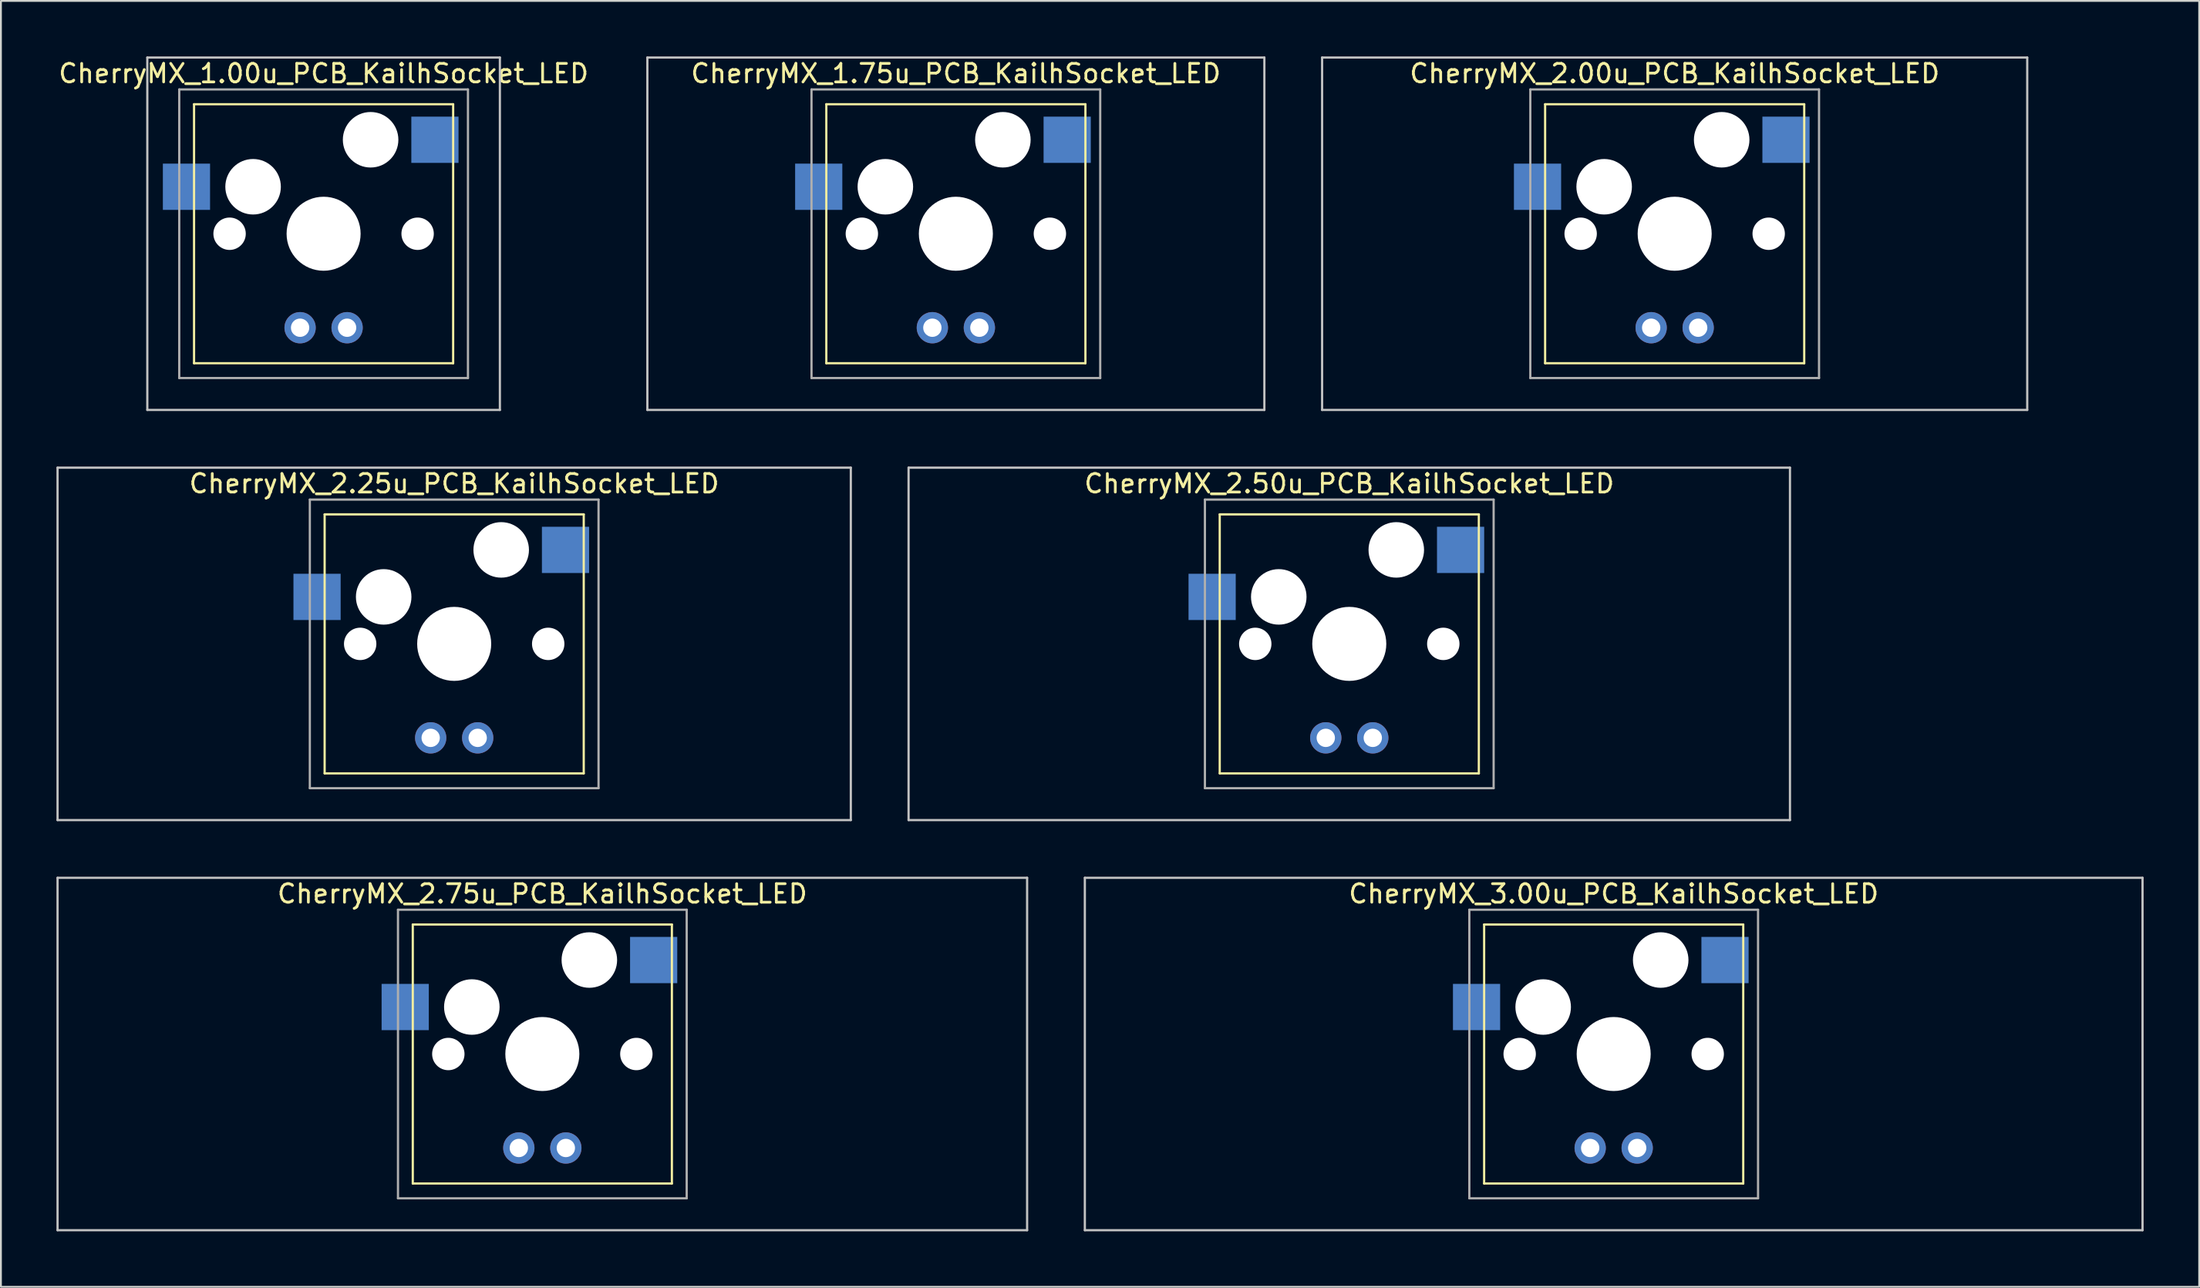
<source format=kicad_pcb>
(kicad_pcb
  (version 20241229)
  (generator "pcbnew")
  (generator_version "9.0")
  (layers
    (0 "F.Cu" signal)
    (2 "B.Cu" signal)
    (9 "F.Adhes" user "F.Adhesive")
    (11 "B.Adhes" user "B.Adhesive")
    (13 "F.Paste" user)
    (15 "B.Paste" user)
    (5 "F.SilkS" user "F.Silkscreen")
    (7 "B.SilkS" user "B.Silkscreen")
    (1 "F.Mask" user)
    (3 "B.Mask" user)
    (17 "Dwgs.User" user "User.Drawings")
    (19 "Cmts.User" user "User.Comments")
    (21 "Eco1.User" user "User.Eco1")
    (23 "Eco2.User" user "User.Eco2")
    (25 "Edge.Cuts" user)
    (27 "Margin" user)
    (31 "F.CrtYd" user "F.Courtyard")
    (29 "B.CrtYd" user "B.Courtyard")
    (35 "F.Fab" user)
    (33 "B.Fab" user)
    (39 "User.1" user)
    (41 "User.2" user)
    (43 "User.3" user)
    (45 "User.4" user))
  (footprint "CherryMX_2.75u_PCB_KailhSocket_LED"
    (layer "F.Cu")
    (at 26.254 53.925)
    (property "Reference" "CherryMX_2.75u_PCB_KailhSocket_LED" (at 0 -8.662 0) (layer "F.SilkS") (effects (font (size 1 1) (thickness 0.15))))
    (attr through_hole)
    (fp_line (start -7 -7) (end -7 7) (stroke (width 0.12) (type solid)) (layer "F.SilkS"))
    (fp_line (start -7 -7) (end 7 -7) (stroke (width 0.12) (type solid)) (layer "F.SilkS"))
    (fp_line (start 7 -7) (end 7 7) (stroke (width 0.12) (type solid)) (layer "F.SilkS"))
    (fp_line (start 7 7) (end -7 7) (stroke (width 0.12) (type solid)) (layer "F.SilkS"))
    (fp_line (start -26.194 -9.525) (end 26.194 -9.525) (stroke (width 0.12) (type solid)) (layer "Dwgs.User"))
    (fp_line (start -26.194 9.525) (end -26.194 -9.525) (stroke (width 0.12) (type solid)) (layer "Dwgs.User"))
    (fp_line (start 26.194 -9.525) (end 26.194 9.525) (stroke (width 0.12) (type solid)) (layer "Dwgs.User"))
    (fp_line (start 26.194 9.525) (end -26.194 9.525) (stroke (width 0.12) (type solid)) (layer "Dwgs.User"))
    (fp_line (start -7.8 -7.8) (end -7.8 7.8) (stroke (width 0.12) (type solid)) (layer "F.Fab"))
    (fp_line (start -7.8 -7.8) (end 7.8 -7.8) (stroke (width 0.12) (type solid)) (layer "F.Fab"))
    (fp_line (start -7.8 7.8) (end 7.8 7.8) (stroke (width 0.12) (type solid)) (layer "F.Fab"))
    (fp_line (start 7.8 -7.8) (end 7.8 7.8) (stroke (width 0.12) (type solid)) (layer "F.Fab"))
    (pad "" np_thru_hole circle (at -5.08 0) (size 1.75 1.75) (drill 1.75) (layers "*.Cu" "*.Mask"))
    (pad "" np_thru_hole circle (at -3.81 -2.54) (size 3 3) (drill 3) (layers "*.Cu" "*.Mask"))
    (pad "" np_thru_hole circle (at 0 0) (size 4 4) (drill 4) (layers "*.Cu" "*.Mask"))
    (pad "" np_thru_hole circle (at 2.54 -5.08) (size 3 3) (drill 3) (layers "*.Cu" "*.Mask"))
    (pad "" np_thru_hole circle (at 5.08 0) (size 1.75 1.75) (drill 1.75) (layers "*.Cu" "*.Mask"))
    (pad "1" smd rect (at -7.41 -2.54) (size 2.55 2.5) (layers "B.Cu" "B.Mask" "B.Paste"))
    (pad "2" smd rect (at 6.015 -5.08) (size 2.55 2.5) (layers "B.Cu" "B.Mask" "B.Paste"))
    (pad "3" thru_hole circle (at -1.27 5.08) (size 1.691 1.691) (drill 0.991) (layers "*.Cu" "*.Mask"))
    (pad "4" thru_hole circle (at 1.27 5.08) (size 1.691 1.691) (drill 0.991) (layers "*.Cu" "*.Mask")))
  (footprint "CherryMX_1.00u_PCB_KailhSocket_LED"
    (layer "F.Cu")
    (at 14.435 9.585)
    (property "Reference" "CherryMX_1.00u_PCB_KailhSocket_LED" (at 0 -8.662 0) (layer "F.SilkS") (effects (font (size 1 1) (thickness 0.15))))
    (attr through_hole)
    (fp_line (start -7 -7) (end -7 7) (stroke (width 0.12) (type solid)) (layer "F.SilkS"))
    (fp_line (start -7 -7) (end 7 -7) (stroke (width 0.12) (type solid)) (layer "F.SilkS"))
    (fp_line (start 7 -7) (end 7 7) (stroke (width 0.12) (type solid)) (layer "F.SilkS"))
    (fp_line (start 7 7) (end -7 7) (stroke (width 0.12) (type solid)) (layer "F.SilkS"))
    (fp_line (start -9.525 -9.525) (end 9.525 -9.525) (stroke (width 0.12) (type solid)) (layer "Dwgs.User"))
    (fp_line (start -9.525 9.525) (end -9.525 -9.525) (stroke (width 0.12) (type solid)) (layer "Dwgs.User"))
    (fp_line (start 9.525 -9.525) (end 9.525 9.525) (stroke (width 0.12) (type solid)) (layer "Dwgs.User"))
    (fp_line (start 9.525 9.525) (end -9.525 9.525) (stroke (width 0.12) (type solid)) (layer "Dwgs.User"))
    (fp_line (start -7.8 -7.8) (end -7.8 7.8) (stroke (width 0.12) (type solid)) (layer "F.Fab"))
    (fp_line (start -7.8 -7.8) (end 7.8 -7.8) (stroke (width 0.12) (type solid)) (layer "F.Fab"))
    (fp_line (start -7.8 7.8) (end 7.8 7.8) (stroke (width 0.12) (type solid)) (layer "F.Fab"))
    (fp_line (start 7.8 -7.8) (end 7.8 7.8) (stroke (width 0.12) (type solid)) (layer "F.Fab"))
    (pad "" np_thru_hole circle (at -5.08 0) (size 1.75 1.75) (drill 1.75) (layers "*.Cu" "*.Mask"))
    (pad "" np_thru_hole circle (at -3.81 -2.54) (size 3 3) (drill 3) (layers "*.Cu" "*.Mask"))
    (pad "" np_thru_hole circle (at 0 0) (size 4 4) (drill 4) (layers "*.Cu" "*.Mask"))
    (pad "" np_thru_hole circle (at 2.54 -5.08) (size 3 3) (drill 3) (layers "*.Cu" "*.Mask"))
    (pad "" np_thru_hole circle (at 5.08 0) (size 1.75 1.75) (drill 1.75) (layers "*.Cu" "*.Mask"))
    (pad "1" smd rect (at -7.41 -2.54) (size 2.55 2.5) (layers "B.Cu" "B.Mask" "B.Paste"))
    (pad "2" smd rect (at 6.015 -5.08) (size 2.55 2.5) (layers "B.Cu" "B.Mask" "B.Paste"))
    (pad "3" thru_hole circle (at -1.27 5.08) (size 1.691 1.691) (drill 0.991) (layers "*.Cu" "*.Mask"))
    (pad "4" thru_hole circle (at 1.27 5.08) (size 1.691 1.691) (drill 0.991) (layers "*.Cu" "*.Mask")))
  (footprint "CherryMX_3.00u_PCB_KailhSocket_LED"
    (layer "F.Cu")
    (at 84.142 53.925)
    (property "Reference" "CherryMX_3.00u_PCB_KailhSocket_LED" (at 0 -8.662 0) (layer "F.SilkS") (effects (font (size 1 1) (thickness 0.15))))
    (attr through_hole)
    (fp_line (start -7 -7) (end -7 7) (stroke (width 0.12) (type solid)) (layer "F.SilkS"))
    (fp_line (start -7 -7) (end 7 -7) (stroke (width 0.12) (type solid)) (layer "F.SilkS"))
    (fp_line (start 7 -7) (end 7 7) (stroke (width 0.12) (type solid)) (layer "F.SilkS"))
    (fp_line (start 7 7) (end -7 7) (stroke (width 0.12) (type solid)) (layer "F.SilkS"))
    (fp_line (start -28.575 -9.525) (end 28.575 -9.525) (stroke (width 0.12) (type solid)) (layer "Dwgs.User"))
    (fp_line (start -28.575 9.525) (end -28.575 -9.525) (stroke (width 0.12) (type solid)) (layer "Dwgs.User"))
    (fp_line (start 28.575 -9.525) (end 28.575 9.525) (stroke (width 0.12) (type solid)) (layer "Dwgs.User"))
    (fp_line (start 28.575 9.525) (end -28.575 9.525) (stroke (width 0.12) (type solid)) (layer "Dwgs.User"))
    (fp_line (start -7.8 -7.8) (end -7.8 7.8) (stroke (width 0.12) (type solid)) (layer "F.Fab"))
    (fp_line (start -7.8 -7.8) (end 7.8 -7.8) (stroke (width 0.12) (type solid)) (layer "F.Fab"))
    (fp_line (start -7.8 7.8) (end 7.8 7.8) (stroke (width 0.12) (type solid)) (layer "F.Fab"))
    (fp_line (start 7.8 -7.8) (end 7.8 7.8) (stroke (width 0.12) (type solid)) (layer "F.Fab"))
    (pad "" np_thru_hole circle (at -5.08 0) (size 1.75 1.75) (drill 1.75) (layers "*.Cu" "*.Mask"))
    (pad "" np_thru_hole circle (at -3.81 -2.54) (size 3 3) (drill 3) (layers "*.Cu" "*.Mask"))
    (pad "" np_thru_hole circle (at 0 0) (size 4 4) (drill 4) (layers "*.Cu" "*.Mask"))
    (pad "" np_thru_hole circle (at 2.54 -5.08) (size 3 3) (drill 3) (layers "*.Cu" "*.Mask"))
    (pad "" np_thru_hole circle (at 5.08 0) (size 1.75 1.75) (drill 1.75) (layers "*.Cu" "*.Mask"))
    (pad "1" smd rect (at -7.41 -2.54) (size 2.55 2.5) (layers "B.Cu" "B.Mask" "B.Paste"))
    (pad "2" smd rect (at 6.015 -5.08) (size 2.55 2.5) (layers "B.Cu" "B.Mask" "B.Paste"))
    (pad "3" thru_hole circle (at -1.27 5.08) (size 1.691 1.691) (drill 0.991) (layers "*.Cu" "*.Mask"))
    (pad "4" thru_hole circle (at 1.27 5.08) (size 1.691 1.691) (drill 0.991) (layers "*.Cu" "*.Mask")))
  (footprint "CherryMX_2.00u_PCB_KailhSocket_LED"
    (layer "F.Cu")
    (at 87.437 9.585)
    (property "Reference" "CherryMX_2.00u_PCB_KailhSocket_LED" (at 0 -8.662 0) (layer "F.SilkS") (effects (font (size 1 1) (thickness 0.15))))
    (attr through_hole)
    (fp_line (start -7 -7) (end -7 7) (stroke (width 0.12) (type solid)) (layer "F.SilkS"))
    (fp_line (start -7 -7) (end 7 -7) (stroke (width 0.12) (type solid)) (layer "F.SilkS"))
    (fp_line (start 7 -7) (end 7 7) (stroke (width 0.12) (type solid)) (layer "F.SilkS"))
    (fp_line (start 7 7) (end -7 7) (stroke (width 0.12) (type solid)) (layer "F.SilkS"))
    (fp_line (start -19.05 -9.525) (end 19.05 -9.525) (stroke (width 0.12) (type solid)) (layer "Dwgs.User"))
    (fp_line (start -19.05 9.525) (end -19.05 -9.525) (stroke (width 0.12) (type solid)) (layer "Dwgs.User"))
    (fp_line (start 19.05 -9.525) (end 19.05 9.525) (stroke (width 0.12) (type solid)) (layer "Dwgs.User"))
    (fp_line (start 19.05 9.525) (end -19.05 9.525) (stroke (width 0.12) (type solid)) (layer "Dwgs.User"))
    (fp_line (start -7.8 -7.8) (end -7.8 7.8) (stroke (width 0.12) (type solid)) (layer "F.Fab"))
    (fp_line (start -7.8 -7.8) (end 7.8 -7.8) (stroke (width 0.12) (type solid)) (layer "F.Fab"))
    (fp_line (start -7.8 7.8) (end 7.8 7.8) (stroke (width 0.12) (type solid)) (layer "F.Fab"))
    (fp_line (start 7.8 -7.8) (end 7.8 7.8) (stroke (width 0.12) (type solid)) (layer "F.Fab"))
    (pad "" np_thru_hole circle (at -5.08 0) (size 1.75 1.75) (drill 1.75) (layers "*.Cu" "*.Mask"))
    (pad "" np_thru_hole circle (at -3.81 -2.54) (size 3 3) (drill 3) (layers "*.Cu" "*.Mask"))
    (pad "" np_thru_hole circle (at 0 0) (size 4 4) (drill 4) (layers "*.Cu" "*.Mask"))
    (pad "" np_thru_hole circle (at 2.54 -5.08) (size 3 3) (drill 3) (layers "*.Cu" "*.Mask"))
    (pad "" np_thru_hole circle (at 5.08 0) (size 1.75 1.75) (drill 1.75) (layers "*.Cu" "*.Mask"))
    (pad "1" smd rect (at -7.41 -2.54) (size 2.55 2.5) (layers "B.Cu" "B.Mask" "B.Paste"))
    (pad "2" smd rect (at 6.015 -5.08) (size 2.55 2.5) (layers "B.Cu" "B.Mask" "B.Paste"))
    (pad "3" thru_hole circle (at -1.27 5.08) (size 1.691 1.691) (drill 0.991) (layers "*.Cu" "*.Mask"))
    (pad "4" thru_hole circle (at 1.27 5.08) (size 1.691 1.691) (drill 0.991) (layers "*.Cu" "*.Mask")))
  (footprint "CherryMX_1.75u_PCB_KailhSocket_LED"
    (layer "F.Cu")
    (at 48.598 9.585)
    (property "Reference" "CherryMX_1.75u_PCB_KailhSocket_LED" (at 0 -8.662 0) (layer "F.SilkS") (effects (font (size 1 1) (thickness 0.15))))
    (attr through_hole)
    (fp_line (start -7 -7) (end -7 7) (stroke (width 0.12) (type solid)) (layer "F.SilkS"))
    (fp_line (start -7 -7) (end 7 -7) (stroke (width 0.12) (type solid)) (layer "F.SilkS"))
    (fp_line (start 7 -7) (end 7 7) (stroke (width 0.12) (type solid)) (layer "F.SilkS"))
    (fp_line (start 7 7) (end -7 7) (stroke (width 0.12) (type solid)) (layer "F.SilkS"))
    (fp_line (start -16.669 -9.525) (end 16.669 -9.525) (stroke (width 0.12) (type solid)) (layer "Dwgs.User"))
    (fp_line (start -16.669 9.525) (end -16.669 -9.525) (stroke (width 0.12) (type solid)) (layer "Dwgs.User"))
    (fp_line (start 16.669 -9.525) (end 16.669 9.525) (stroke (width 0.12) (type solid)) (layer "Dwgs.User"))
    (fp_line (start 16.669 9.525) (end -16.669 9.525) (stroke (width 0.12) (type solid)) (layer "Dwgs.User"))
    (fp_line (start -7.8 -7.8) (end -7.8 7.8) (stroke (width 0.12) (type solid)) (layer "F.Fab"))
    (fp_line (start -7.8 -7.8) (end 7.8 -7.8) (stroke (width 0.12) (type solid)) (layer "F.Fab"))
    (fp_line (start -7.8 7.8) (end 7.8 7.8) (stroke (width 0.12) (type solid)) (layer "F.Fab"))
    (fp_line (start 7.8 -7.8) (end 7.8 7.8) (stroke (width 0.12) (type solid)) (layer "F.Fab"))
    (pad "" np_thru_hole circle (at -5.08 0) (size 1.75 1.75) (drill 1.75) (layers "*.Cu" "*.Mask"))
    (pad "" np_thru_hole circle (at -3.81 -2.54) (size 3 3) (drill 3) (layers "*.Cu" "*.Mask"))
    (pad "" np_thru_hole circle (at 0 0) (size 4 4) (drill 4) (layers "*.Cu" "*.Mask"))
    (pad "" np_thru_hole circle (at 2.54 -5.08) (size 3 3) (drill 3) (layers "*.Cu" "*.Mask"))
    (pad "" np_thru_hole circle (at 5.08 0) (size 1.75 1.75) (drill 1.75) (layers "*.Cu" "*.Mask"))
    (pad "1" smd rect (at -7.41 -2.54) (size 2.55 2.5) (layers "B.Cu" "B.Mask" "B.Paste"))
    (pad "2" smd rect (at 6.015 -5.08) (size 2.55 2.5) (layers "B.Cu" "B.Mask" "B.Paste"))
    (pad "3" thru_hole circle (at -1.27 5.08) (size 1.691 1.691) (drill 0.991) (layers "*.Cu" "*.Mask"))
    (pad "4" thru_hole circle (at 1.27 5.08) (size 1.691 1.691) (drill 0.991) (layers "*.Cu" "*.Mask")))
  (footprint "CherryMX_2.50u_PCB_KailhSocket_LED"
    (layer "F.Cu")
    (at 69.855 31.755)
    (property "Reference" "CherryMX_2.50u_PCB_KailhSocket_LED" (at 0 -8.662 0) (layer "F.SilkS") (effects (font (size 1 1) (thickness 0.15))))
    (attr through_hole)
    (fp_line (start -7 -7) (end -7 7) (stroke (width 0.12) (type solid)) (layer "F.SilkS"))
    (fp_line (start -7 -7) (end 7 -7) (stroke (width 0.12) (type solid)) (layer "F.SilkS"))
    (fp_line (start 7 -7) (end 7 7) (stroke (width 0.12) (type solid)) (layer "F.SilkS"))
    (fp_line (start 7 7) (end -7 7) (stroke (width 0.12) (type solid)) (layer "F.SilkS"))
    (fp_line (start -23.812 -9.525) (end 23.812 -9.525) (stroke (width 0.12) (type solid)) (layer "Dwgs.User"))
    (fp_line (start -23.812 9.525) (end -23.812 -9.525) (stroke (width 0.12) (type solid)) (layer "Dwgs.User"))
    (fp_line (start 23.812 -9.525) (end 23.812 9.525) (stroke (width 0.12) (type solid)) (layer "Dwgs.User"))
    (fp_line (start 23.812 9.525) (end -23.812 9.525) (stroke (width 0.12) (type solid)) (layer "Dwgs.User"))
    (fp_line (start -7.8 -7.8) (end -7.8 7.8) (stroke (width 0.12) (type solid)) (layer "F.Fab"))
    (fp_line (start -7.8 -7.8) (end 7.8 -7.8) (stroke (width 0.12) (type solid)) (layer "F.Fab"))
    (fp_line (start -7.8 7.8) (end 7.8 7.8) (stroke (width 0.12) (type solid)) (layer "F.Fab"))
    (fp_line (start 7.8 -7.8) (end 7.8 7.8) (stroke (width 0.12) (type solid)) (layer "F.Fab"))
    (pad "" np_thru_hole circle (at -5.08 0) (size 1.75 1.75) (drill 1.75) (layers "*.Cu" "*.Mask"))
    (pad "" np_thru_hole circle (at -3.81 -2.54) (size 3 3) (drill 3) (layers "*.Cu" "*.Mask"))
    (pad "" np_thru_hole circle (at 0 0) (size 4 4) (drill 4) (layers "*.Cu" "*.Mask"))
    (pad "" np_thru_hole circle (at 2.54 -5.08) (size 3 3) (drill 3) (layers "*.Cu" "*.Mask"))
    (pad "" np_thru_hole circle (at 5.08 0) (size 1.75 1.75) (drill 1.75) (layers "*.Cu" "*.Mask"))
    (pad "1" smd rect (at -7.41 -2.54) (size 2.55 2.5) (layers "B.Cu" "B.Mask" "B.Paste"))
    (pad "2" smd rect (at 6.015 -5.08) (size 2.55 2.5) (layers "B.Cu" "B.Mask" "B.Paste"))
    (pad "3" thru_hole circle (at -1.27 5.08) (size 1.691 1.691) (drill 0.991) (layers "*.Cu" "*.Mask"))
    (pad "4" thru_hole circle (at 1.27 5.08) (size 1.691 1.691) (drill 0.991) (layers "*.Cu" "*.Mask")))
  (footprint "CherryMX_2.25u_PCB_KailhSocket_LED"
    (layer "F.Cu")
    (at 21.491 31.755)
    (property "Reference" "CherryMX_2.25u_PCB_KailhSocket_LED" (at 0 -8.662 0) (layer "F.SilkS") (effects (font (size 1 1) (thickness 0.15))))
    (attr through_hole)
    (fp_line (start -7 -7) (end -7 7) (stroke (width 0.12) (type solid)) (layer "F.SilkS"))
    (fp_line (start -7 -7) (end 7 -7) (stroke (width 0.12) (type solid)) (layer "F.SilkS"))
    (fp_line (start 7 -7) (end 7 7) (stroke (width 0.12) (type solid)) (layer "F.SilkS"))
    (fp_line (start 7 7) (end -7 7) (stroke (width 0.12) (type solid)) (layer "F.SilkS"))
    (fp_line (start -21.431 -9.525) (end 21.431 -9.525) (stroke (width 0.12) (type solid)) (layer "Dwgs.User"))
    (fp_line (start -21.431 9.525) (end -21.431 -9.525) (stroke (width 0.12) (type solid)) (layer "Dwgs.User"))
    (fp_line (start 21.431 -9.525) (end 21.431 9.525) (stroke (width 0.12) (type solid)) (layer "Dwgs.User"))
    (fp_line (start 21.431 9.525) (end -21.431 9.525) (stroke (width 0.12) (type solid)) (layer "Dwgs.User"))
    (fp_line (start -7.8 -7.8) (end -7.8 7.8) (stroke (width 0.12) (type solid)) (layer "F.Fab"))
    (fp_line (start -7.8 -7.8) (end 7.8 -7.8) (stroke (width 0.12) (type solid)) (layer "F.Fab"))
    (fp_line (start -7.8 7.8) (end 7.8 7.8) (stroke (width 0.12) (type solid)) (layer "F.Fab"))
    (fp_line (start 7.8 -7.8) (end 7.8 7.8) (stroke (width 0.12) (type solid)) (layer "F.Fab"))
    (pad "" np_thru_hole circle (at -5.08 0) (size 1.75 1.75) (drill 1.75) (layers "*.Cu" "*.Mask"))
    (pad "" np_thru_hole circle (at -3.81 -2.54) (size 3 3) (drill 3) (layers "*.Cu" "*.Mask"))
    (pad "" np_thru_hole circle (at 0 0) (size 4 4) (drill 4) (layers "*.Cu" "*.Mask"))
    (pad "" np_thru_hole circle (at 2.54 -5.08) (size 3 3) (drill 3) (layers "*.Cu" "*.Mask"))
    (pad "" np_thru_hole circle (at 5.08 0) (size 1.75 1.75) (drill 1.75) (layers "*.Cu" "*.Mask"))
    (pad "1" smd rect (at -7.41 -2.54) (size 2.55 2.5) (layers "B.Cu" "B.Mask" "B.Paste"))
    (pad "2" smd rect (at 6.015 -5.08) (size 2.55 2.5) (layers "B.Cu" "B.Mask" "B.Paste"))
    (pad "3" thru_hole circle (at -1.27 5.08) (size 1.691 1.691) (drill 0.991) (layers "*.Cu" "*.Mask"))
    (pad "4" thru_hole circle (at 1.27 5.08) (size 1.691 1.691) (drill 0.991) (layers "*.Cu" "*.Mask")))
  (gr_rect
    (start -3 -3)
    (end 115.778 66.51)
    (stroke (width 0.1) (type default))
    (fill no)
    (layer "Edge.Cuts")))
</source>
